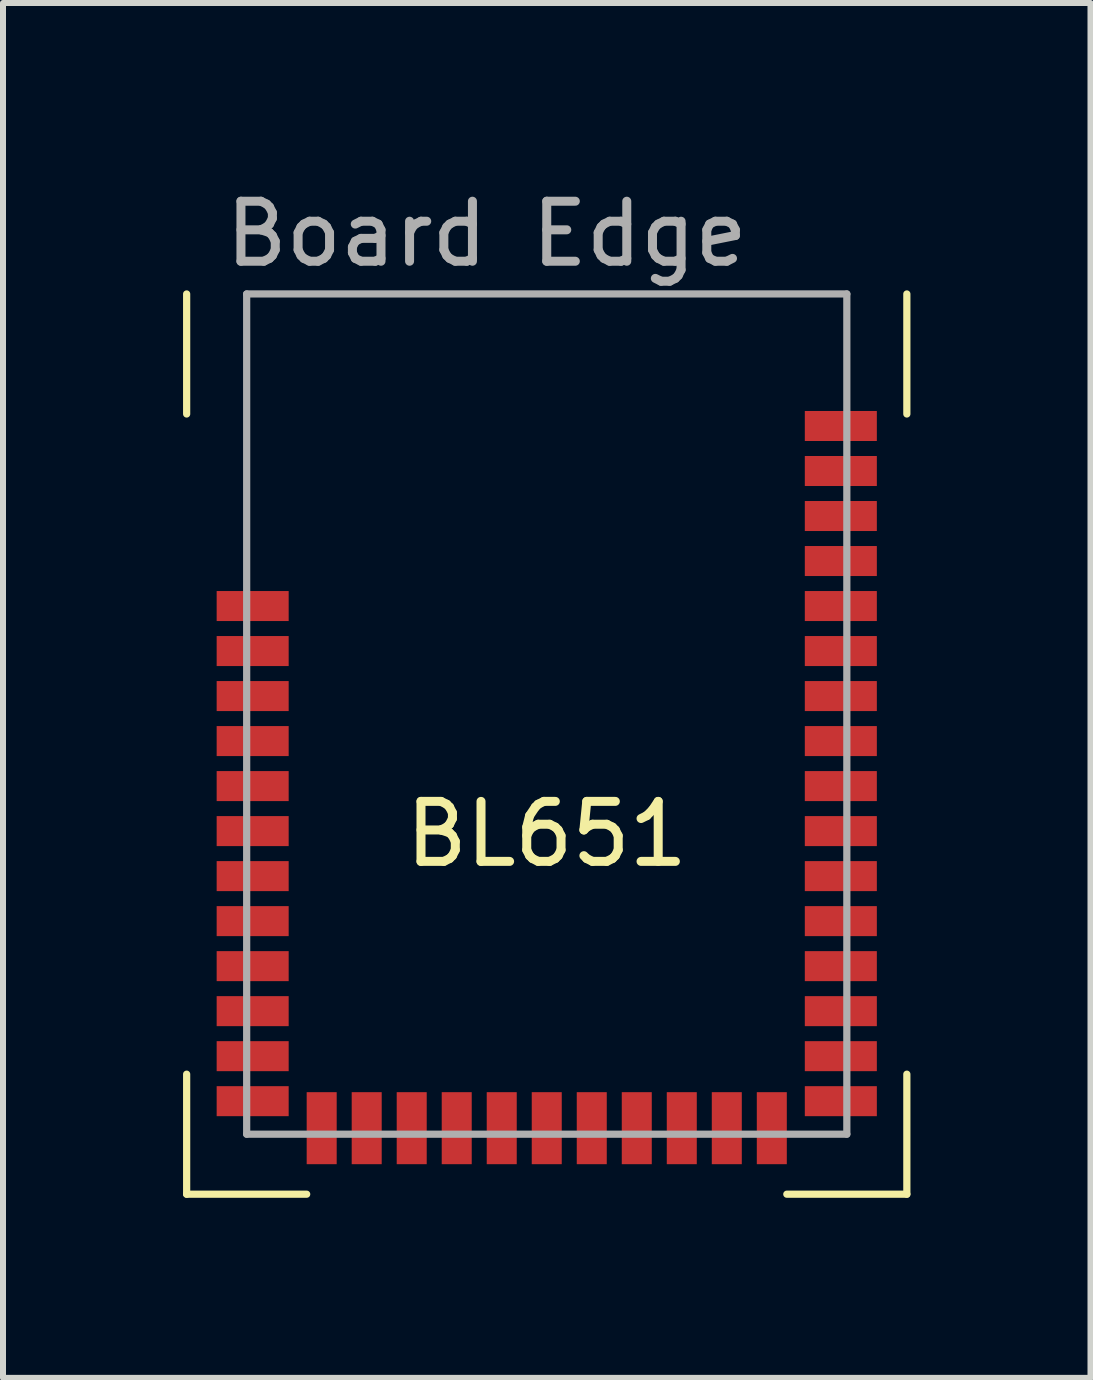
<source format=kicad_pcb>
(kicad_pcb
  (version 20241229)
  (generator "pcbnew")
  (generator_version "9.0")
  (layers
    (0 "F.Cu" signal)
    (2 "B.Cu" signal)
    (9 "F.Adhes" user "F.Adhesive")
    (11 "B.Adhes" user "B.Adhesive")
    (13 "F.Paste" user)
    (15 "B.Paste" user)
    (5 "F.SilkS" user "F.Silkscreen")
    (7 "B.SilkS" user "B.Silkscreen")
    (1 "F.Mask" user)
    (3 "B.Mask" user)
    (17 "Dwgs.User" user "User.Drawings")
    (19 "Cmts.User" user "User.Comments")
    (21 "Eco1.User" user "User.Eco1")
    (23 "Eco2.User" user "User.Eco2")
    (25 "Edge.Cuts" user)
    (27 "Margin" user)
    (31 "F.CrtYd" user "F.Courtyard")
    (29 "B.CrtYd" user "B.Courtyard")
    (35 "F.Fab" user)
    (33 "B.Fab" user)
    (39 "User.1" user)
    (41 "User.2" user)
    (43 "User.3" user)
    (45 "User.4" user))
  (footprint "BL651"
    (layer "F.Cu")
    (at 1.06 15.848)
    (property "Reference" "BL651" (at 5 -5 0) (layer "F.SilkS") (effects (font (size 1 1) (thickness 0.15))))
    (attr through_hole)
    (fp_line (start -1 -12) (end -1 -14) (stroke (width 0.12) (type solid)) (layer "F.SilkS"))
    (fp_line (start -1 -1) (end -1 1) (stroke (width 0.12) (type solid)) (layer "F.SilkS"))
    (fp_line (start -1 1) (end 1 1) (stroke (width 0.12) (type solid)) (layer "F.SilkS"))
    (fp_line (start 9 1) (end 11 1) (stroke (width 0.12) (type solid)) (layer "F.SilkS"))
    (fp_line (start 11 -12) (end 11 -14) (stroke (width 0.12) (type solid)) (layer "F.SilkS"))
    (fp_line (start 11 1) (end 11 -1) (stroke (width 0.12) (type solid)) (layer "F.SilkS"))
    (fp_line (start 0 -14) (end 10 -14) (stroke (width 0.12) (type solid)) (layer "F.Fab"))
    (fp_line (start 0 0) (end 0 -14) (stroke (width 0.12) (type solid)) (layer "F.Fab"))
    (fp_line (start 10 -14) (end 10 0) (stroke (width 0.12) (type solid)) (layer "F.Fab"))
    (fp_line (start 10 0) (end 0 0) (stroke (width 0.12) (type solid)) (layer "F.Fab"))
    (fp_text user "Board Edge" (at 4 -15 0) (layer "F.Fab") (effects (font (size 1 1) (thickness 0.15))))
    (pad "1" smd rect (at 0.1 -8.8) (size 1.2 0.5) (layers "F.Cu" "F.Mask" "F.Paste"))
    (pad "2" smd rect (at 0.1 -8.05) (size 1.2 0.5) (layers "F.Cu" "F.Mask" "F.Paste"))
    (pad "3" smd rect (at 0.1 -7.3) (size 1.2 0.5) (layers "F.Cu" "F.Mask" "F.Paste"))
    (pad "4" smd rect (at 0.1 -6.55) (size 1.2 0.5) (layers "F.Cu" "F.Mask" "F.Paste"))
    (pad "5" smd rect (at 0.1 -5.8) (size 1.2 0.5) (layers "F.Cu" "F.Mask" "F.Paste"))
    (pad "6" smd rect (at 0.1 -5.05) (size 1.2 0.5) (layers "F.Cu" "F.Mask" "F.Paste"))
    (pad "7" smd rect (at 0.1 -4.3) (size 1.2 0.5) (layers "F.Cu" "F.Mask" "F.Paste"))
    (pad "8" smd rect (at 0.1 -3.55) (size 1.2 0.5) (layers "F.Cu" "F.Mask" "F.Paste"))
    (pad "9" smd rect (at 0.1 -2.8) (size 1.2 0.5) (layers "F.Cu" "F.Mask" "F.Paste"))
    (pad "10" smd rect (at 0.1 -2.05) (size 1.2 0.5) (layers "F.Cu" "F.Mask" "F.Paste"))
    (pad "11" smd rect (at 0.1 -1.3) (size 1.2 0.5) (layers "F.Cu" "F.Mask" "F.Paste"))
    (pad "12" smd rect (at 0.1 -0.55) (size 1.2 0.5) (layers "F.Cu" "F.Mask" "F.Paste"))
    (pad "13" smd rect (at 1.25 -0.1) (size 0.5 1.2) (layers "F.Cu" "F.Mask" "F.Paste"))
    (pad "14" smd rect (at 2 -0.1) (size 0.5 1.2) (layers "F.Cu" "F.Mask" "F.Paste"))
    (pad "15" smd rect (at 2.75 -0.1) (size 0.5 1.2) (layers "F.Cu" "F.Mask" "F.Paste"))
    (pad "16" smd rect (at 3.5 -0.1) (size 0.5 1.2) (layers "F.Cu" "F.Mask" "F.Paste"))
    (pad "17" smd rect (at 4.25 -0.1) (size 0.5 1.2) (layers "F.Cu" "F.Mask" "F.Paste"))
    (pad "18" smd rect (at 5 -0.1) (size 0.5 1.2) (layers "F.Cu" "F.Mask" "F.Paste"))
    (pad "19" smd rect (at 5.75 -0.1) (size 0.5 1.2) (layers "F.Cu" "F.Mask" "F.Paste"))
    (pad "20" smd rect (at 6.5 -0.1) (size 0.5 1.2) (layers "F.Cu" "F.Mask" "F.Paste"))
    (pad "21" smd rect (at 7.25 -0.1) (size 0.5 1.2) (layers "F.Cu" "F.Mask" "F.Paste"))
    (pad "22" smd rect (at 8 -0.1) (size 0.5 1.2) (layers "F.Cu" "F.Mask" "F.Paste"))
    (pad "23" smd rect (at 8.75 -0.1) (size 0.5 1.2) (layers "F.Cu" "F.Mask" "F.Paste"))
    (pad "24" smd rect (at 9.9 -0.55) (size 1.2 0.5) (layers "F.Cu" "F.Mask" "F.Paste"))
    (pad "25" smd rect (at 9.9 -1.3) (size 1.2 0.5) (layers "F.Cu" "F.Mask" "F.Paste"))
    (pad "26" smd rect (at 9.9 -2.05) (size 1.2 0.5) (layers "F.Cu" "F.Mask" "F.Paste"))
    (pad "27" smd rect (at 9.9 -2.8) (size 1.2 0.5) (layers "F.Cu" "F.Mask" "F.Paste"))
    (pad "28" smd rect (at 9.9 -3.55) (size 1.2 0.5) (layers "F.Cu" "F.Mask" "F.Paste"))
    (pad "29" smd rect (at 9.9 -4.3) (size 1.2 0.5) (layers "F.Cu" "F.Mask" "F.Paste"))
    (pad "30" smd rect (at 9.9 -5.05) (size 1.2 0.5) (layers "F.Cu" "F.Mask" "F.Paste"))
    (pad "31" smd rect (at 9.9 -5.8) (size 1.2 0.5) (layers "F.Cu" "F.Mask" "F.Paste"))
    (pad "32" smd rect (at 9.9 -6.55) (size 1.2 0.5) (layers "F.Cu" "F.Mask" "F.Paste"))
    (pad "33" smd rect (at 9.9 -7.3) (size 1.2 0.5) (layers "F.Cu" "F.Mask" "F.Paste"))
    (pad "34" smd rect (at 9.9 -8.05) (size 1.2 0.5) (layers "F.Cu" "F.Mask" "F.Paste"))
    (pad "35" smd rect (at 9.9 -8.8) (size 1.2 0.5) (layers "F.Cu" "F.Mask" "F.Paste"))
    (pad "36" smd rect (at 9.9 -9.55) (size 1.2 0.5) (layers "F.Cu" "F.Mask" "F.Paste"))
    (pad "37" smd rect (at 9.9 -10.3) (size 1.2 0.5) (layers "F.Cu" "F.Mask" "F.Paste"))
    (pad "38" smd rect (at 9.9 -11.05) (size 1.2 0.5) (layers "F.Cu" "F.Mask" "F.Paste"))
    (pad "39" smd rect (at 9.9 -11.8) (size 1.2 0.5) (layers "F.Cu" "F.Mask" "F.Paste")))
  (gr_rect
    (start -3 -3)
    (end 15.12 19.908)
    (stroke (width 0.1) (type default))
    (fill no)
    (layer "Edge.Cuts")))
</source>
